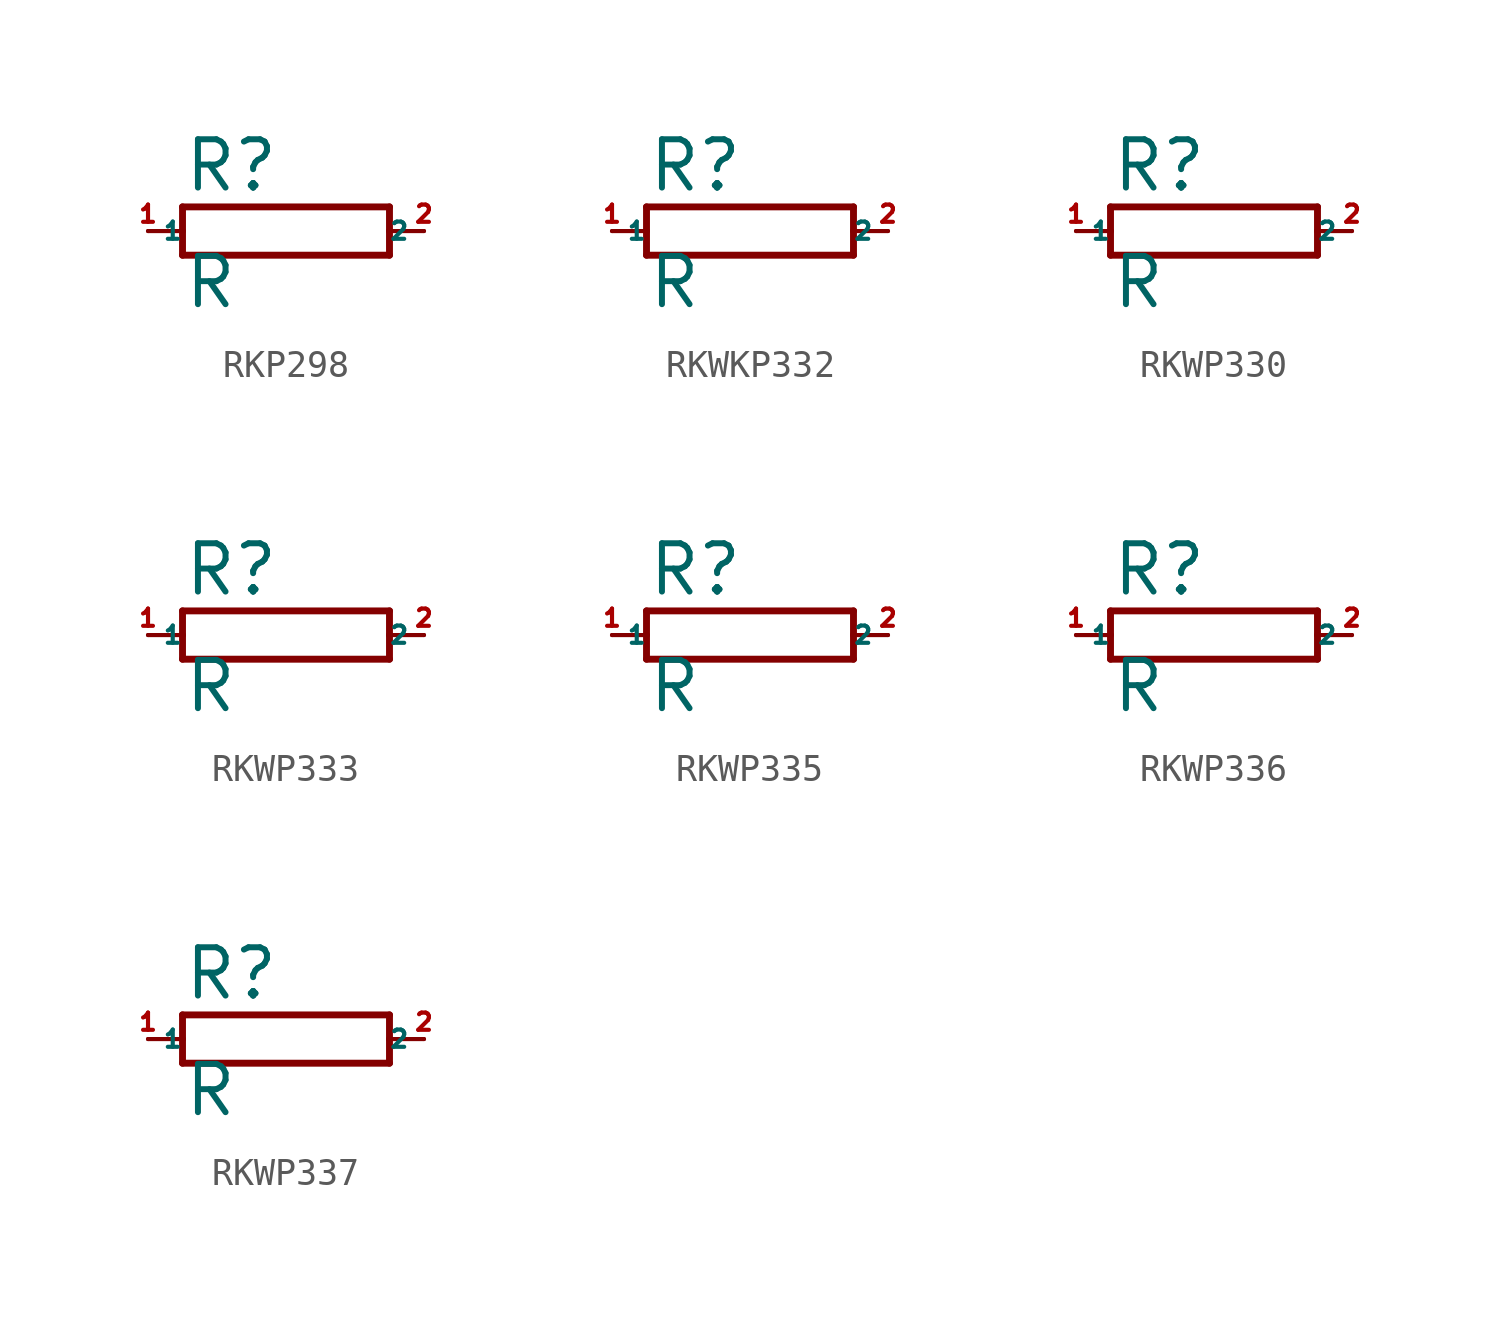
<source format=kicad_sym>
(kicad_symbol_lib
  (version 20220914)
  (generator Eagle2Kicad)
  (symbol "RKP298"
    (property "Reference" "R"
      (at -3.81 1.372 0)
      (effects (font (size 1.778 1.778) (thickness 0.22)) (justify left bottom)))
    (property "Value" "R"
      (at -3.81 -2.921 0)
      (effects (font (size 1.778 1.778) (thickness 0.22)) (justify left bottom)))
    (polyline
      (pts (xy -3.81 -0.889) (xy 3.81 -0.889))
      (stroke (width 0.254) (type default))
      (fill (type none)))
    (polyline
      (pts (xy 3.81 -0.889) (xy 3.81 0))
      (stroke (width 0.254) (type default))
      (fill (type none)))
    (polyline
      (pts (xy 3.81 0.889) (xy -3.81 0.889))
      (stroke (width 0.254) (type default))
      (fill (type none)))
    (polyline
      (pts (xy -3.81 -0.889) (xy -3.81 0))
      (stroke (width 0.254) (type default))
      (fill (type none)))
    (polyline
      (pts (xy 3.81 0) (xy 5.08 0))
      (stroke (width 0.152) (type default))
      (fill (type none)))
    (polyline
      (pts (xy 3.81 0) (xy 3.81 0.889))
      (stroke (width 0.254) (type default))
      (fill (type none)))
    (polyline
      (pts (xy -5.08 0) (xy -3.81 0))
      (stroke (width 0.152) (type default))
      (fill (type none)))
    (polyline
      (pts (xy -3.81 0) (xy -3.81 0.889))
      (stroke (width 0.254) (type default))
      (fill (type none)))
    (pin passive line
      (at 5.08 0 180)
      (length 0)
      (name "2" (effects (font (size 0.635 0.635) (thickness 0.08)) (justify left bottom)))
      (number "2" (effects (font (size 0.635 0.635) (thickness 0.08)) (justify left bottom))))
    (pin passive line
      (at -5.08 0 0)
      (length 0)
      (name "1" (effects (font (size 0.635 0.635) (thickness 0.08)) (justify left bottom)))
      (number "1" (effects (font (size 0.635 0.635) (thickness 0.08)) (justify left bottom)))))
  (symbol "RKWKP332"
    (property "Reference" "R"
      (at -3.81 1.372 0)
      (effects (font (size 1.778 1.778) (thickness 0.22)) (justify left bottom)))
    (property "Value" "R"
      (at -3.81 -2.921 0)
      (effects (font (size 1.778 1.778) (thickness 0.22)) (justify left bottom)))
    (polyline
      (pts (xy -3.81 -0.889) (xy 3.81 -0.889))
      (stroke (width 0.254) (type default))
      (fill (type none)))
    (polyline
      (pts (xy 3.81 -0.889) (xy 3.81 0))
      (stroke (width 0.254) (type default))
      (fill (type none)))
    (polyline
      (pts (xy 3.81 0.889) (xy -3.81 0.889))
      (stroke (width 0.254) (type default))
      (fill (type none)))
    (polyline
      (pts (xy -3.81 -0.889) (xy -3.81 0))
      (stroke (width 0.254) (type default))
      (fill (type none)))
    (polyline
      (pts (xy 3.81 0) (xy 5.08 0))
      (stroke (width 0.152) (type default))
      (fill (type none)))
    (polyline
      (pts (xy 3.81 0) (xy 3.81 0.889))
      (stroke (width 0.254) (type default))
      (fill (type none)))
    (polyline
      (pts (xy -5.08 0) (xy -3.81 0))
      (stroke (width 0.152) (type default))
      (fill (type none)))
    (polyline
      (pts (xy -3.81 0) (xy -3.81 0.889))
      (stroke (width 0.254) (type default))
      (fill (type none)))
    (pin passive line
      (at 5.08 0 180)
      (length 0)
      (name "2" (effects (font (size 0.635 0.635) (thickness 0.08)) (justify left bottom)))
      (number "2" (effects (font (size 0.635 0.635) (thickness 0.08)) (justify left bottom))))
    (pin passive line
      (at -5.08 0 0)
      (length 0)
      (name "1" (effects (font (size 0.635 0.635) (thickness 0.08)) (justify left bottom)))
      (number "1" (effects (font (size 0.635 0.635) (thickness 0.08)) (justify left bottom)))))
  (symbol "RKWP330"
    (property "Reference" "R"
      (at -3.81 1.372 0)
      (effects (font (size 1.778 1.778) (thickness 0.22)) (justify left bottom)))
    (property "Value" "R"
      (at -3.81 -2.921 0)
      (effects (font (size 1.778 1.778) (thickness 0.22)) (justify left bottom)))
    (polyline
      (pts (xy -3.81 -0.889) (xy 3.81 -0.889))
      (stroke (width 0.254) (type default))
      (fill (type none)))
    (polyline
      (pts (xy 3.81 -0.889) (xy 3.81 0))
      (stroke (width 0.254) (type default))
      (fill (type none)))
    (polyline
      (pts (xy 3.81 0.889) (xy -3.81 0.889))
      (stroke (width 0.254) (type default))
      (fill (type none)))
    (polyline
      (pts (xy -3.81 -0.889) (xy -3.81 0))
      (stroke (width 0.254) (type default))
      (fill (type none)))
    (polyline
      (pts (xy 3.81 0) (xy 5.08 0))
      (stroke (width 0.152) (type default))
      (fill (type none)))
    (polyline
      (pts (xy 3.81 0) (xy 3.81 0.889))
      (stroke (width 0.254) (type default))
      (fill (type none)))
    (polyline
      (pts (xy -5.08 0) (xy -3.81 0))
      (stroke (width 0.152) (type default))
      (fill (type none)))
    (polyline
      (pts (xy -3.81 0) (xy -3.81 0.889))
      (stroke (width 0.254) (type default))
      (fill (type none)))
    (pin passive line
      (at 5.08 0 180)
      (length 0)
      (name "2" (effects (font (size 0.635 0.635) (thickness 0.08)) (justify left bottom)))
      (number "2" (effects (font (size 0.635 0.635) (thickness 0.08)) (justify left bottom))))
    (pin passive line
      (at -5.08 0 0)
      (length 0)
      (name "1" (effects (font (size 0.635 0.635) (thickness 0.08)) (justify left bottom)))
      (number "1" (effects (font (size 0.635 0.635) (thickness 0.08)) (justify left bottom)))))
  (symbol "RKWP333"
    (property "Reference" "R"
      (at -3.81 1.372 0)
      (effects (font (size 1.778 1.778) (thickness 0.22)) (justify left bottom)))
    (property "Value" "R"
      (at -3.81 -2.921 0)
      (effects (font (size 1.778 1.778) (thickness 0.22)) (justify left bottom)))
    (polyline
      (pts (xy -3.81 -0.889) (xy 3.81 -0.889))
      (stroke (width 0.254) (type default))
      (fill (type none)))
    (polyline
      (pts (xy 3.81 -0.889) (xy 3.81 0))
      (stroke (width 0.254) (type default))
      (fill (type none)))
    (polyline
      (pts (xy 3.81 0.889) (xy -3.81 0.889))
      (stroke (width 0.254) (type default))
      (fill (type none)))
    (polyline
      (pts (xy -3.81 -0.889) (xy -3.81 0))
      (stroke (width 0.254) (type default))
      (fill (type none)))
    (polyline
      (pts (xy 3.81 0) (xy 5.08 0))
      (stroke (width 0.152) (type default))
      (fill (type none)))
    (polyline
      (pts (xy 3.81 0) (xy 3.81 0.889))
      (stroke (width 0.254) (type default))
      (fill (type none)))
    (polyline
      (pts (xy -5.08 0) (xy -3.81 0))
      (stroke (width 0.152) (type default))
      (fill (type none)))
    (polyline
      (pts (xy -3.81 0) (xy -3.81 0.889))
      (stroke (width 0.254) (type default))
      (fill (type none)))
    (pin passive line
      (at 5.08 0 180)
      (length 0)
      (name "2" (effects (font (size 0.635 0.635) (thickness 0.08)) (justify left bottom)))
      (number "2" (effects (font (size 0.635 0.635) (thickness 0.08)) (justify left bottom))))
    (pin passive line
      (at -5.08 0 0)
      (length 0)
      (name "1" (effects (font (size 0.635 0.635) (thickness 0.08)) (justify left bottom)))
      (number "1" (effects (font (size 0.635 0.635) (thickness 0.08)) (justify left bottom)))))
  (symbol "RKWP335"
    (property "Reference" "R"
      (at -3.81 1.372 0)
      (effects (font (size 1.778 1.778) (thickness 0.22)) (justify left bottom)))
    (property "Value" "R"
      (at -3.81 -2.921 0)
      (effects (font (size 1.778 1.778) (thickness 0.22)) (justify left bottom)))
    (polyline
      (pts (xy -3.81 -0.889) (xy 3.81 -0.889))
      (stroke (width 0.254) (type default))
      (fill (type none)))
    (polyline
      (pts (xy 3.81 -0.889) (xy 3.81 0))
      (stroke (width 0.254) (type default))
      (fill (type none)))
    (polyline
      (pts (xy 3.81 0.889) (xy -3.81 0.889))
      (stroke (width 0.254) (type default))
      (fill (type none)))
    (polyline
      (pts (xy -3.81 -0.889) (xy -3.81 0))
      (stroke (width 0.254) (type default))
      (fill (type none)))
    (polyline
      (pts (xy 3.81 0) (xy 5.08 0))
      (stroke (width 0.152) (type default))
      (fill (type none)))
    (polyline
      (pts (xy 3.81 0) (xy 3.81 0.889))
      (stroke (width 0.254) (type default))
      (fill (type none)))
    (polyline
      (pts (xy -5.08 0) (xy -3.81 0))
      (stroke (width 0.152) (type default))
      (fill (type none)))
    (polyline
      (pts (xy -3.81 0) (xy -3.81 0.889))
      (stroke (width 0.254) (type default))
      (fill (type none)))
    (pin passive line
      (at 5.08 0 180)
      (length 0)
      (name "2" (effects (font (size 0.635 0.635) (thickness 0.08)) (justify left bottom)))
      (number "2" (effects (font (size 0.635 0.635) (thickness 0.08)) (justify left bottom))))
    (pin passive line
      (at -5.08 0 0)
      (length 0)
      (name "1" (effects (font (size 0.635 0.635) (thickness 0.08)) (justify left bottom)))
      (number "1" (effects (font (size 0.635 0.635) (thickness 0.08)) (justify left bottom)))))
  (symbol "RKWP336"
    (property "Reference" "R"
      (at -3.81 1.372 0)
      (effects (font (size 1.778 1.778) (thickness 0.22)) (justify left bottom)))
    (property "Value" "R"
      (at -3.81 -2.921 0)
      (effects (font (size 1.778 1.778) (thickness 0.22)) (justify left bottom)))
    (polyline
      (pts (xy -3.81 -0.889) (xy 3.81 -0.889))
      (stroke (width 0.254) (type default))
      (fill (type none)))
    (polyline
      (pts (xy 3.81 -0.889) (xy 3.81 0))
      (stroke (width 0.254) (type default))
      (fill (type none)))
    (polyline
      (pts (xy 3.81 0.889) (xy -3.81 0.889))
      (stroke (width 0.254) (type default))
      (fill (type none)))
    (polyline
      (pts (xy -3.81 -0.889) (xy -3.81 0))
      (stroke (width 0.254) (type default))
      (fill (type none)))
    (polyline
      (pts (xy 3.81 0) (xy 5.08 0))
      (stroke (width 0.152) (type default))
      (fill (type none)))
    (polyline
      (pts (xy 3.81 0) (xy 3.81 0.889))
      (stroke (width 0.254) (type default))
      (fill (type none)))
    (polyline
      (pts (xy -5.08 0) (xy -3.81 0))
      (stroke (width 0.152) (type default))
      (fill (type none)))
    (polyline
      (pts (xy -3.81 0) (xy -3.81 0.889))
      (stroke (width 0.254) (type default))
      (fill (type none)))
    (pin passive line
      (at 5.08 0 180)
      (length 0)
      (name "2" (effects (font (size 0.635 0.635) (thickness 0.08)) (justify left bottom)))
      (number "2" (effects (font (size 0.635 0.635) (thickness 0.08)) (justify left bottom))))
    (pin passive line
      (at -5.08 0 0)
      (length 0)
      (name "1" (effects (font (size 0.635 0.635) (thickness 0.08)) (justify left bottom)))
      (number "1" (effects (font (size 0.635 0.635) (thickness 0.08)) (justify left bottom)))))
  (symbol "RKWP337"
    (property "Reference" "R"
      (at -3.81 1.372 0)
      (effects (font (size 1.778 1.778) (thickness 0.22)) (justify left bottom)))
    (property "Value" "R"
      (at -3.81 -2.921 0)
      (effects (font (size 1.778 1.778) (thickness 0.22)) (justify left bottom)))
    (polyline
      (pts (xy -3.81 -0.889) (xy 3.81 -0.889))
      (stroke (width 0.254) (type default))
      (fill (type none)))
    (polyline
      (pts (xy 3.81 -0.889) (xy 3.81 0))
      (stroke (width 0.254) (type default))
      (fill (type none)))
    (polyline
      (pts (xy 3.81 0.889) (xy -3.81 0.889))
      (stroke (width 0.254) (type default))
      (fill (type none)))
    (polyline
      (pts (xy -3.81 -0.889) (xy -3.81 0))
      (stroke (width 0.254) (type default))
      (fill (type none)))
    (polyline
      (pts (xy 3.81 0) (xy 5.08 0))
      (stroke (width 0.152) (type default))
      (fill (type none)))
    (polyline
      (pts (xy 3.81 0) (xy 3.81 0.889))
      (stroke (width 0.254) (type default))
      (fill (type none)))
    (polyline
      (pts (xy -5.08 0) (xy -3.81 0))
      (stroke (width 0.152) (type default))
      (fill (type none)))
    (polyline
      (pts (xy -3.81 0) (xy -3.81 0.889))
      (stroke (width 0.254) (type default))
      (fill (type none)))
    (pin passive line
      (at 5.08 0 180)
      (length 0)
      (name "2" (effects (font (size 0.635 0.635) (thickness 0.08)) (justify left bottom)))
      (number "2" (effects (font (size 0.635 0.635) (thickness 0.08)) (justify left bottom))))
    (pin passive line
      (at -5.08 0 0)
      (length 0)
      (name "1" (effects (font (size 0.635 0.635) (thickness 0.08)) (justify left bottom)))
      (number "1" (effects (font (size 0.635 0.635) (thickness 0.08)) (justify left bottom))))))
</source>
